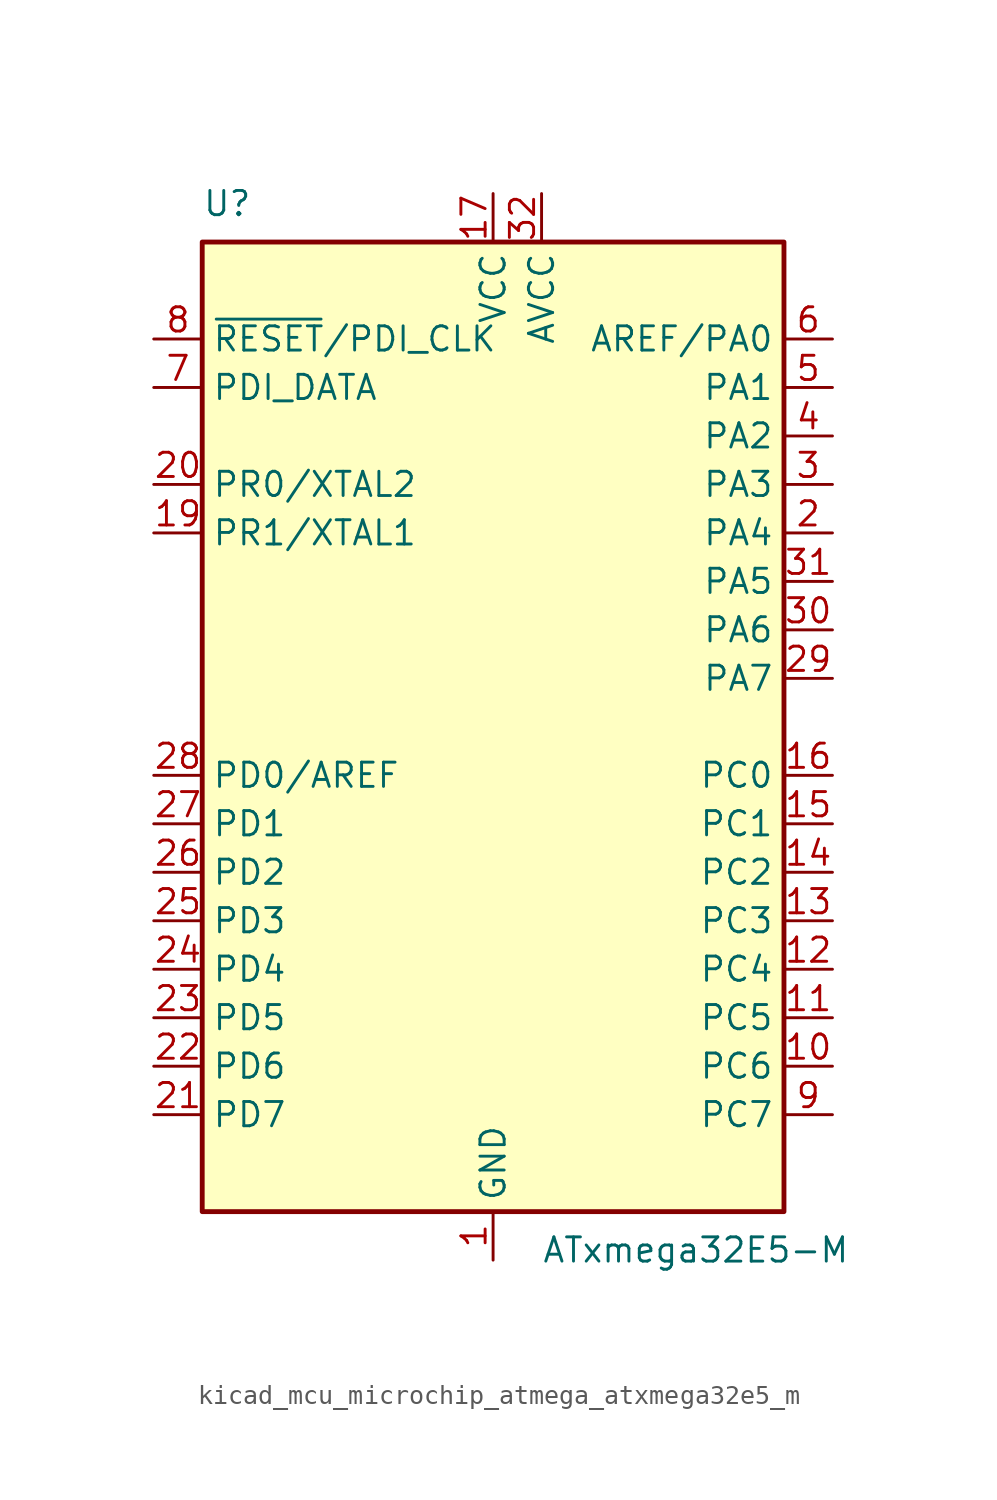
<source format=kicad_sym>
(kicad_symbol_lib
  (version 20220914)
  (generator kicad_symbol_editor)
  (symbol "kicad_mcu_microchip_atmega_atxmega32e5_m"
    (property "Reference" "U"
      (at -15.24 26.67 0)
      (effects (font (size 1.27 1.27)) (justify left bottom)))
    (property "Value" "ATxmega32E5-M"
      (at 2.54 -26.67 0)
      (effects (font (size 1.27 1.27)) (justify left top)))
    (symbol "kicad_mcu_microchip_atmega_atxmega32e5_m_0_1"
      (rectangle (start -15.24 -25.4) (end 15.24 25.4) (stroke (width 0.254) (type default)) (fill (type background))))
    (symbol "kicad_mcu_microchip_atmega_atxmega32e5_m_1_1"
      (pin power_in line (at 0 -27.94 90) (length 2.54) (name "GND" (effects (font (size 1.27 1.27)))) (number "1" (effects (font (size 1.27 1.27)))))
      (pin bidirectional line (at 17.78 -17.78 180) (length 2.54) (name "PC6" (effects (font (size 1.27 1.27)))) (number "10" (effects (font (size 1.27 1.27)))))
      (pin bidirectional line (at 17.78 -15.24 180) (length 2.54) (name "PC5" (effects (font (size 1.27 1.27)))) (number "11" (effects (font (size 1.27 1.27)))))
      (pin bidirectional line (at 17.78 -12.7 180) (length 2.54) (name "PC4" (effects (font (size 1.27 1.27)))) (number "12" (effects (font (size 1.27 1.27)))))
      (pin bidirectional line (at 17.78 -10.16 180) (length 2.54) (name "PC3" (effects (font (size 1.27 1.27)))) (number "13" (effects (font (size 1.27 1.27)))))
      (pin bidirectional line (at 17.78 -7.62 180) (length 2.54) (name "PC2" (effects (font (size 1.27 1.27)))) (number "14" (effects (font (size 1.27 1.27)))))
      (pin bidirectional line (at 17.78 -5.08 180) (length 2.54) (name "PC1" (effects (font (size 1.27 1.27)))) (number "15" (effects (font (size 1.27 1.27)))))
      (pin bidirectional line (at 17.78 -2.54 180) (length 2.54) (name "PC0" (effects (font (size 1.27 1.27)))) (number "16" (effects (font (size 1.27 1.27)))))
      (pin power_in line (at 0 27.94 270) (length 2.54) (name "VCC" (effects (font (size 1.27 1.27)))) (number "17" (effects (font (size 1.27 1.27)))))
      (pin passive line (at 0 -27.94 90) (length 2.54) hide (name "GND" (effects (font (size 1.27 1.27)))) (number "18" (effects (font (size 1.27 1.27)))))
      (pin bidirectional line (at -17.78 10.16 0) (length 2.54) (name "PR1/XTAL1" (effects (font (size 1.27 1.27)))) (number "19" (effects (font (size 1.27 1.27)))))
      (pin bidirectional line (at 17.78 10.16 180) (length 2.54) (name "PA4" (effects (font (size 1.27 1.27)))) (number "2" (effects (font (size 1.27 1.27)))))
      (pin bidirectional line (at -17.78 12.7 0) (length 2.54) (name "PR0/XTAL2" (effects (font (size 1.27 1.27)))) (number "20" (effects (font (size 1.27 1.27)))))
      (pin bidirectional line (at -17.78 -20.32 0) (length 2.54) (name "PD7" (effects (font (size 1.27 1.27)))) (number "21" (effects (font (size 1.27 1.27)))))
      (pin bidirectional line (at -17.78 -17.78 0) (length 2.54) (name "PD6" (effects (font (size 1.27 1.27)))) (number "22" (effects (font (size 1.27 1.27)))))
      (pin bidirectional line (at -17.78 -15.24 0) (length 2.54) (name "PD5" (effects (font (size 1.27 1.27)))) (number "23" (effects (font (size 1.27 1.27)))))
      (pin bidirectional line (at -17.78 -12.7 0) (length 2.54) (name "PD4" (effects (font (size 1.27 1.27)))) (number "24" (effects (font (size 1.27 1.27)))))
      (pin bidirectional line (at -17.78 -10.16 0) (length 2.54) (name "PD3" (effects (font (size 1.27 1.27)))) (number "25" (effects (font (size 1.27 1.27)))))
      (pin bidirectional line (at -17.78 -7.62 0) (length 2.54) (name "PD2" (effects (font (size 1.27 1.27)))) (number "26" (effects (font (size 1.27 1.27)))))
      (pin bidirectional line (at -17.78 -5.08 0) (length 2.54) (name "PD1" (effects (font (size 1.27 1.27)))) (number "27" (effects (font (size 1.27 1.27)))))
      (pin bidirectional line (at -17.78 -2.54 0) (length 2.54) (name "PD0/AREF" (effects (font (size 1.27 1.27)))) (number "28" (effects (font (size 1.27 1.27)))))
      (pin bidirectional line (at 17.78 2.54 180) (length 2.54) (name "PA7" (effects (font (size 1.27 1.27)))) (number "29" (effects (font (size 1.27 1.27)))))
      (pin bidirectional line (at 17.78 12.7 180) (length 2.54) (name "PA3" (effects (font (size 1.27 1.27)))) (number "3" (effects (font (size 1.27 1.27)))))
      (pin bidirectional line (at 17.78 5.08 180) (length 2.54) (name "PA6" (effects (font (size 1.27 1.27)))) (number "30" (effects (font (size 1.27 1.27)))))
      (pin bidirectional line (at 17.78 7.62 180) (length 2.54) (name "PA5" (effects (font (size 1.27 1.27)))) (number "31" (effects (font (size 1.27 1.27)))))
      (pin power_in line (at 2.54 27.94 270) (length 2.54) (name "AVCC" (effects (font (size 1.27 1.27)))) (number "32" (effects (font (size 1.27 1.27)))))
      (pin passive line (at 0 -27.94 90) (length 2.54) hide (name "GND" (effects (font (size 1.27 1.27)))) (number "33" (effects (font (size 1.27 1.27)))))
      (pin bidirectional line (at 17.78 15.24 180) (length 2.54) (name "PA2" (effects (font (size 1.27 1.27)))) (number "4" (effects (font (size 1.27 1.27)))))
      (pin bidirectional line (at 17.78 17.78 180) (length 2.54) (name "PA1" (effects (font (size 1.27 1.27)))) (number "5" (effects (font (size 1.27 1.27)))))
      (pin bidirectional line (at 17.78 20.32 180) (length 2.54) (name "AREF/PA0" (effects (font (size 1.27 1.27)))) (number "6" (effects (font (size 1.27 1.27)))))
      (pin bidirectional line (at -17.78 17.78 0) (length 2.54) (name "PDI_DATA" (effects (font (size 1.27 1.27)))) (number "7" (effects (font (size 1.27 1.27)))))
      (pin input line (at -17.78 20.32 0) (length 2.54) (name "~{RESET}/PDI_CLK" (effects (font (size 1.27 1.27)))) (number "8" (effects (font (size 1.27 1.27)))))
      (pin bidirectional line (at 17.78 -20.32 180) (length 2.54) (name "PC7" (effects (font (size 1.27 1.27)))) (number "9" (effects (font (size 1.27 1.27))))))))
</source>
